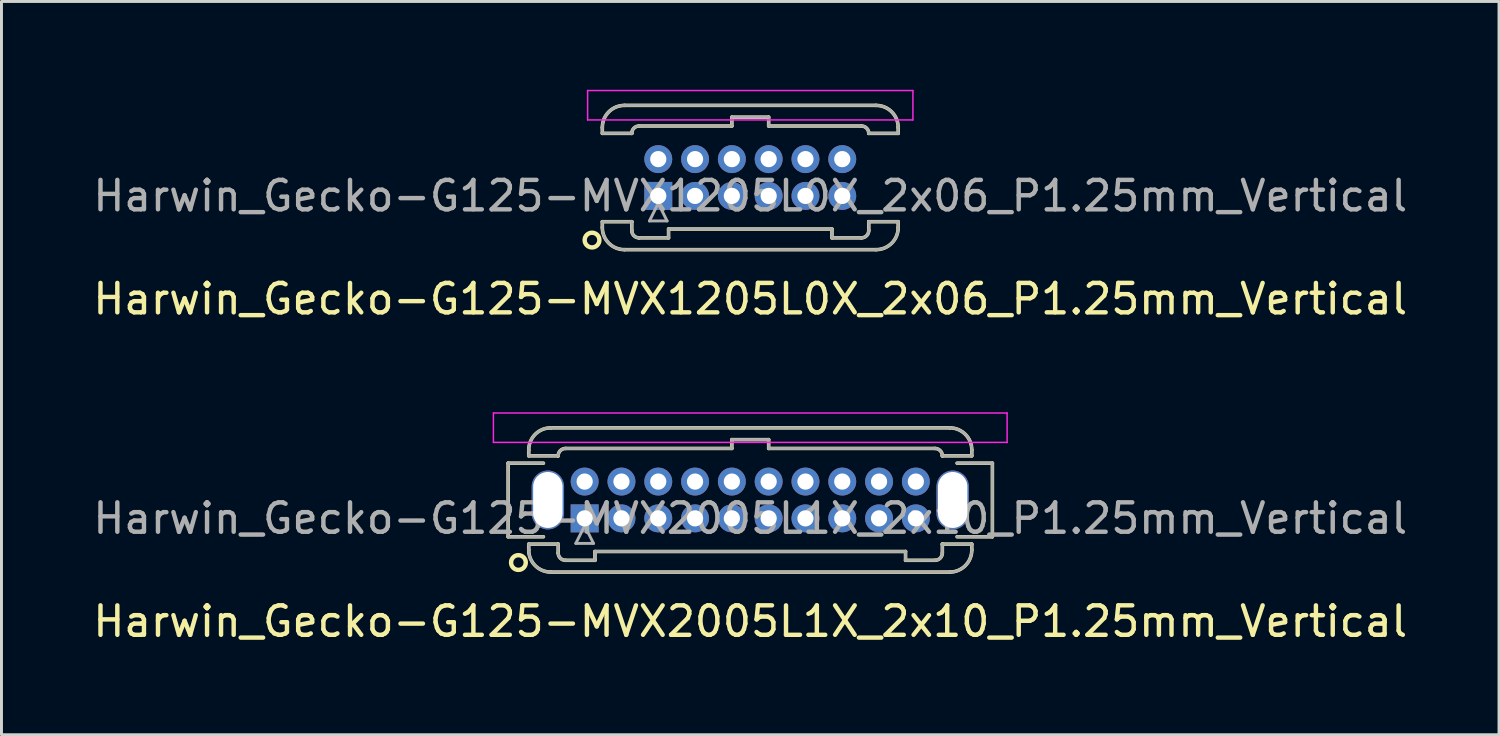
<source format=kicad_pcb>
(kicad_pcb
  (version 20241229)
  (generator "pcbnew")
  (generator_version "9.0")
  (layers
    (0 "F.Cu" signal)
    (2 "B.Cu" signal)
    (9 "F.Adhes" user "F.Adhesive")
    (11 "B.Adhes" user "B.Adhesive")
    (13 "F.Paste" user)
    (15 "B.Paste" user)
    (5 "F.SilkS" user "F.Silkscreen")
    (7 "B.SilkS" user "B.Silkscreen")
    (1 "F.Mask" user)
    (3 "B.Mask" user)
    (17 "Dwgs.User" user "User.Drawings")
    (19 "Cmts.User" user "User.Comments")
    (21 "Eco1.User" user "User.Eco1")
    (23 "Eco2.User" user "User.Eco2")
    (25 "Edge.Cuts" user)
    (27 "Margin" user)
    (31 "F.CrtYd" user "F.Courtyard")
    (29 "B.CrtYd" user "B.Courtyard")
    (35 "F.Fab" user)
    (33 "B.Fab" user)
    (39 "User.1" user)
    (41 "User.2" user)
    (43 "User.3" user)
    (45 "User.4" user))
  (footprint "Harwin_Gecko-G125-MVX1205L0X_2x06_P1.25mm_Vertical"
    (layer "F.Cu")
    (at 19.31 3.605)
    (property "Reference" "Harwin_Gecko-G125-MVX1205L0X_2x06_P1.25mm_Vertical" (at 3.125 3.5 0) (layer "F.SilkS") (effects (font (size 1 1) (thickness 0.15))))
    (attr through_hole)
    (fp_line (start -1.9 -2.325) (end -1.9 -2.125) (stroke (width 0.12) (type solid)) (layer "F.SilkS"))
    (fp_line (start -1.9 -2.125) (end -0.9 -2.125) (stroke (width 0.12) (type solid)) (layer "F.SilkS"))
    (fp_line (start -1.9 0.875) (end -0.9 0.875) (stroke (width 0.12) (type solid)) (layer "F.SilkS"))
    (fp_line (start -1.9 1.075) (end -1.9 0.875) (stroke (width 0.12) (type solid)) (layer "F.SilkS"))
    (fp_line (start -1.15 -3.075) (end 7.4 -3.075) (stroke (width 0.12) (type solid)) (layer "F.SilkS"))
    (fp_line (start -1.15 1.825) (end 7.4 1.825) (stroke (width 0.12) (type solid)) (layer "F.SilkS"))
    (fp_line (start -0.9 -2.125) (end -0.9 -2.125) (stroke (width 0.12) (type solid)) (layer "F.SilkS"))
    (fp_line (start -0.9 0.875) (end -0.9 0.875) (stroke (width 0.12) (type solid)) (layer "F.SilkS"))
    (fp_line (start -0.9 1.175) (end -0.9 0.875) (stroke (width 0.12) (type solid)) (layer "F.SilkS"))
    (fp_line (start -0.65 -2.375) (end 2.5 -2.375) (stroke (width 0.12) (type solid)) (layer "F.SilkS"))
    (fp_line (start -0.65 1.425) (end 0.35 1.425) (stroke (width 0.12) (type solid)) (layer "F.SilkS"))
    (fp_line (start 0.35 1.125) (end 5.9 1.125) (stroke (width 0.12) (type solid)) (layer "F.SilkS"))
    (fp_line (start 0.35 1.425) (end 0.35 1.125) (stroke (width 0.12) (type solid)) (layer "F.SilkS"))
    (fp_line (start 2.5 -2.675) (end 3.75 -2.675) (stroke (width 0.12) (type solid)) (layer "F.SilkS"))
    (fp_line (start 2.5 -2.375) (end 2.5 -2.675) (stroke (width 0.12) (type solid)) (layer "F.SilkS"))
    (fp_line (start 3.75 -2.675) (end 3.75 -2.375) (stroke (width 0.12) (type solid)) (layer "F.SilkS"))
    (fp_line (start 3.75 -2.375) (end 6.9 -2.375) (stroke (width 0.12) (type solid)) (layer "F.SilkS"))
    (fp_line (start 5.9 1.125) (end 5.9 1.425) (stroke (width 0.12) (type solid)) (layer "F.SilkS"))
    (fp_line (start 5.9 1.425) (end 6.9 1.425) (stroke (width 0.12) (type solid)) (layer "F.SilkS"))
    (fp_line (start 7.15 -2.125) (end 7.15 -2.125) (stroke (width 0.12) (type solid)) (layer "F.SilkS"))
    (fp_line (start 7.15 0.875) (end 7.15 0.875) (stroke (width 0.12) (type solid)) (layer "F.SilkS"))
    (fp_line (start 7.15 1.175) (end 7.15 0.875) (stroke (width 0.12) (type solid)) (layer "F.SilkS"))
    (fp_line (start 8.15 -2.325) (end 8.15 -2.125) (stroke (width 0.12) (type solid)) (layer "F.SilkS"))
    (fp_line (start 8.15 -2.125) (end 7.15 -2.125) (stroke (width 0.12) (type solid)) (layer "F.SilkS"))
    (fp_line (start 8.15 0.875) (end 7.15 0.875) (stroke (width 0.12) (type solid)) (layer "F.SilkS"))
    (fp_line (start 8.15 1.075) (end 8.15 0.875) (stroke (width 0.12) (type solid)) (layer "F.SilkS"))
    (fp_arc (start -1.9 -2.325) (mid -1.68033 -2.85533) (end -1.15 -3.075) (stroke (width 0.12) (type solid)) (layer "F.SilkS"))
    (fp_arc (start -1.15 1.825) (mid -1.68033 1.60533) (end -1.9 1.075) (stroke (width 0.12) (type solid)) (layer "F.SilkS"))
    (fp_arc (start -0.9 -2.125) (mid -0.826777 -2.301777) (end -0.65 -2.375) (stroke (width 0.12) (type solid)) (layer "F.SilkS"))
    (fp_arc (start -0.65 1.425) (mid -0.826777 1.351777) (end -0.9 1.175) (stroke (width 0.12) (type solid)) (layer "F.SilkS"))
    (fp_arc (start 6.9 -2.375) (mid 7.076777 -2.301777) (end 7.15 -2.125) (stroke (width 0.12) (type solid)) (layer "F.SilkS"))
    (fp_arc (start 7.15 1.175) (mid 7.076777 1.351777) (end 6.9 1.425) (stroke (width 0.12) (type solid)) (layer "F.SilkS"))
    (fp_arc (start 7.4 -3.075) (mid 7.93033 -2.85533) (end 8.15 -2.325) (stroke (width 0.12) (type solid)) (layer "F.SilkS"))
    (fp_arc (start 8.15 1.075) (mid 7.93033 1.60533) (end 7.4 1.825) (stroke (width 0.12) (type solid)) (layer "F.SilkS"))
    (fp_circle (center -2.25 1.5) (end -2 1.5) (stroke (width 0.15) (type solid)) (fill no) (layer "F.SilkS"))
    (fp_line (start -2.4 -3.58) (end -2.4 -2.58) (stroke (width 0.05) (type solid)) (layer "F.CrtYd"))
    (fp_line (start -2.4 -2.58) (end 8.65 -2.58) (stroke (width 0.05) (type solid)) (layer "F.CrtYd"))
    (fp_line (start 8.65 -3.58) (end -2.4 -3.58) (stroke (width 0.05) (type solid)) (layer "F.CrtYd"))
    (fp_line (start 8.65 -2.58) (end 8.65 -3.58) (stroke (width 0.05) (type solid)) (layer "F.CrtYd"))
    (fp_line (start -1.9 -2.325) (end -1.9 -2.125) (stroke (width 0.1) (type solid)) (layer "F.Fab"))
    (fp_line (start -1.9 -2.125) (end -0.9 -2.125) (stroke (width 0.1) (type solid)) (layer "F.Fab"))
    (fp_line (start -1.9 0.875) (end -0.9 0.875) (stroke (width 0.1) (type solid)) (layer "F.Fab"))
    (fp_line (start -1.9 1.075) (end -1.9 0.875) (stroke (width 0.1) (type solid)) (layer "F.Fab"))
    (fp_line (start -1.15 -3.075) (end 7.4 -3.075) (stroke (width 0.1) (type solid)) (layer "F.Fab"))
    (fp_line (start -1.15 1.825) (end 7.4 1.825) (stroke (width 0.1) (type solid)) (layer "F.Fab"))
    (fp_line (start -0.9 -2.125) (end -0.9 -2.125) (stroke (width 0.1) (type solid)) (layer "F.Fab"))
    (fp_line (start -0.9 0.875) (end -0.9 0.875) (stroke (width 0.1) (type solid)) (layer "F.Fab"))
    (fp_line (start -0.9 1.175) (end -0.9 0.875) (stroke (width 0.1) (type solid)) (layer "F.Fab"))
    (fp_line (start -0.65 -2.375) (end 2.5 -2.375) (stroke (width 0.1) (type solid)) (layer "F.Fab"))
    (fp_line (start -0.65 1.425) (end 0.35 1.425) (stroke (width 0.1) (type solid)) (layer "F.Fab"))
    (fp_line (start -0.3 0.85) (end 0.3 0.85) (stroke (width 0.1) (type solid)) (layer "F.Fab"))
    (fp_line (start 0 0.25) (end -0.3 0.85) (stroke (width 0.1) (type solid)) (layer "F.Fab"))
    (fp_line (start 0.3 0.85) (end 0 0.25) (stroke (width 0.1) (type solid)) (layer "F.Fab"))
    (fp_line (start 0.35 1.125) (end 5.9 1.125) (stroke (width 0.1) (type solid)) (layer "F.Fab"))
    (fp_line (start 0.35 1.425) (end 0.35 1.125) (stroke (width 0.1) (type solid)) (layer "F.Fab"))
    (fp_line (start 2.5 -2.675) (end 3.75 -2.675) (stroke (width 0.1) (type solid)) (layer "F.Fab"))
    (fp_line (start 2.5 -2.375) (end 2.5 -2.675) (stroke (width 0.1) (type solid)) (layer "F.Fab"))
    (fp_line (start 3.75 -2.675) (end 3.75 -2.375) (stroke (width 0.1) (type solid)) (layer "F.Fab"))
    (fp_line (start 3.75 -2.375) (end 6.9 -2.375) (stroke (width 0.1) (type solid)) (layer "F.Fab"))
    (fp_line (start 5.9 1.125) (end 5.9 1.425) (stroke (width 0.1) (type solid)) (layer "F.Fab"))
    (fp_line (start 5.9 1.425) (end 6.9 1.425) (stroke (width 0.1) (type solid)) (layer "F.Fab"))
    (fp_line (start 7.15 -2.125) (end 7.15 -2.125) (stroke (width 0.1) (type solid)) (layer "F.Fab"))
    (fp_line (start 7.15 0.875) (end 7.15 0.875) (stroke (width 0.1) (type solid)) (layer "F.Fab"))
    (fp_line (start 7.15 1.175) (end 7.15 0.875) (stroke (width 0.1) (type solid)) (layer "F.Fab"))
    (fp_line (start 8.15 -2.325) (end 8.15 -2.125) (stroke (width 0.1) (type solid)) (layer "F.Fab"))
    (fp_line (start 8.15 -2.125) (end 7.15 -2.125) (stroke (width 0.1) (type solid)) (layer "F.Fab"))
    (fp_line (start 8.15 0.875) (end 7.15 0.875) (stroke (width 0.1) (type solid)) (layer "F.Fab"))
    (fp_line (start 8.15 1.075) (end 8.15 0.875) (stroke (width 0.1) (type solid)) (layer "F.Fab"))
    (fp_arc (start -1.9 -2.325) (mid -1.68033 -2.85533) (end -1.15 -3.075) (stroke (width 0.1) (type solid)) (layer "F.Fab"))
    (fp_arc (start -1.15 1.825) (mid -1.68033 1.60533) (end -1.9 1.075) (stroke (width 0.1) (type solid)) (layer "F.Fab"))
    (fp_arc (start -0.9 -2.125) (mid -0.826777 -2.301777) (end -0.65 -2.375) (stroke (width 0.1) (type solid)) (layer "F.Fab"))
    (fp_arc (start -0.65 1.425) (mid -0.826777 1.351777) (end -0.9 1.175) (stroke (width 0.1) (type solid)) (layer "F.Fab"))
    (fp_arc (start 6.9 -2.375) (mid 7.076777 -2.301777) (end 7.15 -2.125) (stroke (width 0.1) (type solid)) (layer "F.Fab"))
    (fp_arc (start 7.15 1.175) (mid 7.076777 1.351777) (end 6.9 1.425) (stroke (width 0.1) (type solid)) (layer "F.Fab"))
    (fp_arc (start 7.4 -3.075) (mid 7.93033 -2.85533) (end 8.15 -2.325) (stroke (width 0.1) (type solid)) (layer "F.Fab"))
    (fp_arc (start 8.15 1.075) (mid 7.93033 1.60533) (end 7.4 1.825) (stroke (width 0.1) (type solid)) (layer "F.Fab"))
    (fp_text user "${REFERENCE}" (at 3.125 0 0) (layer "F.Fab") (effects (font (size 1 1) (thickness 0.15))))
    (pad "1" thru_hole rect (at 0 0) (size 0.95 0.95) (drill 0.55) (layers "*.Cu" "*.Mask"))
    (pad "2" thru_hole circle (at 0 -1.25) (size 0.95 0.95) (drill 0.55) (layers "*.Cu" "*.Mask"))
    (pad "3" thru_hole circle (at 1.25 0) (size 0.95 0.95) (drill 0.55) (layers "*.Cu" "*.Mask"))
    (pad "4" thru_hole circle (at 1.25 -1.25) (size 0.95 0.95) (drill 0.55) (layers "*.Cu" "*.Mask"))
    (pad "5" thru_hole circle (at 2.5 0) (size 0.95 0.95) (drill 0.55) (layers "*.Cu" "*.Mask"))
    (pad "6" thru_hole circle (at 2.5 -1.25) (size 0.95 0.95) (drill 0.55) (layers "*.Cu" "*.Mask"))
    (pad "7" thru_hole circle (at 3.75 0) (size 0.95 0.95) (drill 0.55) (layers "*.Cu" "*.Mask"))
    (pad "8" thru_hole circle (at 3.75 -1.25) (size 0.95 0.95) (drill 0.55) (layers "*.Cu" "*.Mask"))
    (pad "9" thru_hole circle (at 5 0) (size 0.95 0.95) (drill 0.55) (layers "*.Cu" "*.Mask"))
    (pad "10" thru_hole circle (at 5 -1.25) (size 0.95 0.95) (drill 0.55) (layers "*.Cu" "*.Mask"))
    (pad "11" thru_hole circle (at 6.25 0) (size 0.95 0.95) (drill 0.55) (layers "*.Cu" "*.Mask"))
    (pad "12" thru_hole circle (at 6.25 -1.25) (size 0.95 0.95) (drill 0.55) (layers "*.Cu" "*.Mask")))
  (footprint "Harwin_Gecko-G125-MVX2005L1X_2x10_P1.25mm_Vertical"
    (layer "F.Cu")
    (at 16.81 14.558)
    (property "Reference" "Harwin_Gecko-G125-MVX2005L1X_2x10_P1.25mm_Vertical" (at 5.625 3.5 0) (layer "F.SilkS") (effects (font (size 1 1) (thickness 0.15))))
    (attr through_hole)
    (fp_line (start -2.6 -1.875) (end -2.6 0.625) (stroke (width 0.12) (type solid)) (layer "F.SilkS"))
    (fp_line (start -2.6 0.625) (end -1.4 0.625) (stroke (width 0.12) (type solid)) (layer "F.SilkS"))
    (fp_line (start -1.9 -2.325) (end -1.9 -2.125) (stroke (width 0.12) (type solid)) (layer "F.SilkS"))
    (fp_line (start -1.9 -2.125) (end -0.9 -2.125) (stroke (width 0.12) (type solid)) (layer "F.SilkS"))
    (fp_line (start -1.9 0.875) (end -0.9 0.875) (stroke (width 0.12) (type solid)) (layer "F.SilkS"))
    (fp_line (start -1.9 1.075) (end -1.9 0.875) (stroke (width 0.12) (type solid)) (layer "F.SilkS"))
    (fp_line (start -1.4 -1.875) (end -2.6 -1.875) (stroke (width 0.12) (type solid)) (layer "F.SilkS"))
    (fp_line (start -1.15 -3.075) (end 12.4 -3.075) (stroke (width 0.12) (type solid)) (layer "F.SilkS"))
    (fp_line (start -1.15 1.825) (end 12.4 1.825) (stroke (width 0.12) (type solid)) (layer "F.SilkS"))
    (fp_line (start -0.9 -2.125) (end -0.9 -2.125) (stroke (width 0.12) (type solid)) (layer "F.SilkS"))
    (fp_line (start -0.9 0.875) (end -0.9 0.875) (stroke (width 0.12) (type solid)) (layer "F.SilkS"))
    (fp_line (start -0.9 1.175) (end -0.9 0.875) (stroke (width 0.12) (type solid)) (layer "F.SilkS"))
    (fp_line (start -0.65 -2.375) (end 5 -2.375) (stroke (width 0.12) (type solid)) (layer "F.SilkS"))
    (fp_line (start -0.65 1.425) (end 0.35 1.425) (stroke (width 0.12) (type solid)) (layer "F.SilkS"))
    (fp_line (start 0.35 1.125) (end 10.9 1.125) (stroke (width 0.12) (type solid)) (layer "F.SilkS"))
    (fp_line (start 0.35 1.425) (end 0.35 1.125) (stroke (width 0.12) (type solid)) (layer "F.SilkS"))
    (fp_line (start 5 -2.675) (end 6.25 -2.675) (stroke (width 0.12) (type solid)) (layer "F.SilkS"))
    (fp_line (start 5 -2.375) (end 5 -2.675) (stroke (width 0.12) (type solid)) (layer "F.SilkS"))
    (fp_line (start 6.25 -2.675) (end 6.25 -2.375) (stroke (width 0.12) (type solid)) (layer "F.SilkS"))
    (fp_line (start 6.25 -2.375) (end 11.9 -2.375) (stroke (width 0.12) (type solid)) (layer "F.SilkS"))
    (fp_line (start 10.9 1.125) (end 10.9 1.425) (stroke (width 0.12) (type solid)) (layer "F.SilkS"))
    (fp_line (start 10.9 1.425) (end 11.9 1.425) (stroke (width 0.12) (type solid)) (layer "F.SilkS"))
    (fp_line (start 12.15 -2.125) (end 12.15 -2.125) (stroke (width 0.12) (type solid)) (layer "F.SilkS"))
    (fp_line (start 12.15 0.875) (end 12.15 0.875) (stroke (width 0.12) (type solid)) (layer "F.SilkS"))
    (fp_line (start 12.15 1.175) (end 12.15 0.875) (stroke (width 0.12) (type solid)) (layer "F.SilkS"))
    (fp_line (start 12.65 -1.875) (end 13.85 -1.875) (stroke (width 0.12) (type solid)) (layer "F.SilkS"))
    (fp_line (start 13.15 -2.325) (end 13.15 -2.125) (stroke (width 0.12) (type solid)) (layer "F.SilkS"))
    (fp_line (start 13.15 -2.125) (end 12.15 -2.125) (stroke (width 0.12) (type solid)) (layer "F.SilkS"))
    (fp_line (start 13.15 0.875) (end 12.15 0.875) (stroke (width 0.12) (type solid)) (layer "F.SilkS"))
    (fp_line (start 13.15 1.075) (end 13.15 0.875) (stroke (width 0.12) (type solid)) (layer "F.SilkS"))
    (fp_line (start 13.85 -1.875) (end 13.85 0.625) (stroke (width 0.12) (type solid)) (layer "F.SilkS"))
    (fp_line (start 13.85 0.625) (end 12.65 0.625) (stroke (width 0.12) (type solid)) (layer "F.SilkS"))
    (fp_arc (start -1.9 -2.325) (mid -1.68033 -2.85533) (end -1.15 -3.075) (stroke (width 0.12) (type solid)) (layer "F.SilkS"))
    (fp_arc (start -1.15 1.825) (mid -1.68033 1.60533) (end -1.9 1.075) (stroke (width 0.12) (type solid)) (layer "F.SilkS"))
    (fp_arc (start -0.9 -2.125) (mid -0.826777 -2.301777) (end -0.65 -2.375) (stroke (width 0.12) (type solid)) (layer "F.SilkS"))
    (fp_arc (start -0.65 1.425) (mid -0.826777 1.351777) (end -0.9 1.175) (stroke (width 0.12) (type solid)) (layer "F.SilkS"))
    (fp_arc (start 11.9 -2.375) (mid 12.076777 -2.301777) (end 12.15 -2.125) (stroke (width 0.12) (type solid)) (layer "F.SilkS"))
    (fp_arc (start 12.15 1.175) (mid 12.076777 1.351777) (end 11.9 1.425) (stroke (width 0.12) (type solid)) (layer "F.SilkS"))
    (fp_arc (start 12.4 -3.075) (mid 12.93033 -2.85533) (end 13.15 -2.325) (stroke (width 0.12) (type solid)) (layer "F.SilkS"))
    (fp_arc (start 13.15 1.075) (mid 12.93033 1.60533) (end 12.4 1.825) (stroke (width 0.12) (type solid)) (layer "F.SilkS"))
    (fp_circle (center -2.25 1.5) (end -2 1.5) (stroke (width 0.15) (type solid)) (fill no) (layer "F.SilkS"))
    (fp_line (start -3.1 -3.58) (end -3.1 -2.58) (stroke (width 0.05) (type solid)) (layer "F.CrtYd"))
    (fp_line (start -3.1 -2.58) (end 14.35 -2.58) (stroke (width 0.05) (type solid)) (layer "F.CrtYd"))
    (fp_line (start 14.35 -3.58) (end -3.1 -3.58) (stroke (width 0.05) (type solid)) (layer "F.CrtYd"))
    (fp_line (start 14.35 -2.58) (end 14.35 -3.58) (stroke (width 0.05) (type solid)) (layer "F.CrtYd"))
    (fp_line (start -2.6 -1.875) (end -2.6 0.625) (stroke (width 0.1) (type solid)) (layer "F.Fab"))
    (fp_line (start -2.6 0.625) (end -1.4 0.625) (stroke (width 0.1) (type solid)) (layer "F.Fab"))
    (fp_line (start -1.9 -2.325) (end -1.9 -2.125) (stroke (width 0.1) (type solid)) (layer "F.Fab"))
    (fp_line (start -1.9 -2.125) (end -0.9 -2.125) (stroke (width 0.1) (type solid)) (layer "F.Fab"))
    (fp_line (start -1.9 0.875) (end -0.9 0.875) (stroke (width 0.1) (type solid)) (layer "F.Fab"))
    (fp_line (start -1.9 1.075) (end -1.9 0.875) (stroke (width 0.1) (type solid)) (layer "F.Fab"))
    (fp_line (start -1.4 -1.875) (end -2.6 -1.875) (stroke (width 0.1) (type solid)) (layer "F.Fab"))
    (fp_line (start -1.15 -3.075) (end 12.4 -3.075) (stroke (width 0.1) (type solid)) (layer "F.Fab"))
    (fp_line (start -1.15 1.825) (end 12.4 1.825) (stroke (width 0.1) (type solid)) (layer "F.Fab"))
    (fp_line (start -0.9 -2.125) (end -0.9 -2.125) (stroke (width 0.1) (type solid)) (layer "F.Fab"))
    (fp_line (start -0.9 0.875) (end -0.9 0.875) (stroke (width 0.1) (type solid)) (layer "F.Fab"))
    (fp_line (start -0.9 1.175) (end -0.9 0.875) (stroke (width 0.1) (type solid)) (layer "F.Fab"))
    (fp_line (start -0.65 -2.375) (end 5 -2.375) (stroke (width 0.1) (type solid)) (layer "F.Fab"))
    (fp_line (start -0.65 1.425) (end 0.35 1.425) (stroke (width 0.1) (type solid)) (layer "F.Fab"))
    (fp_line (start -0.3 0.85) (end 0.3 0.85) (stroke (width 0.1) (type solid)) (layer "F.Fab"))
    (fp_line (start 0 0.25) (end -0.3 0.85) (stroke (width 0.1) (type solid)) (layer "F.Fab"))
    (fp_line (start 0.3 0.85) (end 0 0.25) (stroke (width 0.1) (type solid)) (layer "F.Fab"))
    (fp_line (start 0.35 1.125) (end 10.9 1.125) (stroke (width 0.1) (type solid)) (layer "F.Fab"))
    (fp_line (start 0.35 1.425) (end 0.35 1.125) (stroke (width 0.1) (type solid)) (layer "F.Fab"))
    (fp_line (start 5 -2.675) (end 6.25 -2.675) (stroke (width 0.1) (type solid)) (layer "F.Fab"))
    (fp_line (start 5 -2.375) (end 5 -2.675) (stroke (width 0.1) (type solid)) (layer "F.Fab"))
    (fp_line (start 6.25 -2.675) (end 6.25 -2.375) (stroke (width 0.1) (type solid)) (layer "F.Fab"))
    (fp_line (start 6.25 -2.375) (end 11.9 -2.375) (stroke (width 0.1) (type solid)) (layer "F.Fab"))
    (fp_line (start 10.9 1.125) (end 10.9 1.425) (stroke (width 0.1) (type solid)) (layer "F.Fab"))
    (fp_line (start 10.9 1.425) (end 11.9 1.425) (stroke (width 0.1) (type solid)) (layer "F.Fab"))
    (fp_line (start 12.15 -2.125) (end 12.15 -2.125) (stroke (width 0.1) (type solid)) (layer "F.Fab"))
    (fp_line (start 12.15 0.875) (end 12.15 0.875) (stroke (width 0.1) (type solid)) (layer "F.Fab"))
    (fp_line (start 12.15 1.175) (end 12.15 0.875) (stroke (width 0.1) (type solid)) (layer "F.Fab"))
    (fp_line (start 12.65 -1.875) (end 13.85 -1.875) (stroke (width 0.1) (type solid)) (layer "F.Fab"))
    (fp_line (start 13.15 -2.325) (end 13.15 -2.125) (stroke (width 0.1) (type solid)) (layer "F.Fab"))
    (fp_line (start 13.15 -2.125) (end 12.15 -2.125) (stroke (width 0.1) (type solid)) (layer "F.Fab"))
    (fp_line (start 13.15 0.875) (end 12.15 0.875) (stroke (width 0.1) (type solid)) (layer "F.Fab"))
    (fp_line (start 13.15 1.075) (end 13.15 0.875) (stroke (width 0.1) (type solid)) (layer "F.Fab"))
    (fp_line (start 13.85 -1.875) (end 13.85 0.625) (stroke (width 0.1) (type solid)) (layer "F.Fab"))
    (fp_line (start 13.85 0.625) (end 12.65 0.625) (stroke (width 0.1) (type solid)) (layer "F.Fab"))
    (fp_arc (start -1.9 -2.325) (mid -1.68033 -2.85533) (end -1.15 -3.075) (stroke (width 0.1) (type solid)) (layer "F.Fab"))
    (fp_arc (start -1.15 1.825) (mid -1.68033 1.60533) (end -1.9 1.075) (stroke (width 0.1) (type solid)) (layer "F.Fab"))
    (fp_arc (start -0.9 -2.125) (mid -0.826777 -2.301777) (end -0.65 -2.375) (stroke (width 0.1) (type solid)) (layer "F.Fab"))
    (fp_arc (start -0.65 1.425) (mid -0.826777 1.351777) (end -0.9 1.175) (stroke (width 0.1) (type solid)) (layer "F.Fab"))
    (fp_arc (start 11.9 -2.375) (mid 12.076777 -2.301777) (end 12.15 -2.125) (stroke (width 0.1) (type solid)) (layer "F.Fab"))
    (fp_arc (start 12.15 1.175) (mid 12.076777 1.351777) (end 11.9 1.425) (stroke (width 0.1) (type solid)) (layer "F.Fab"))
    (fp_arc (start 12.4 -3.075) (mid 12.93033 -2.85533) (end 13.15 -2.325) (stroke (width 0.1) (type solid)) (layer "F.Fab"))
    (fp_arc (start 13.15 1.075) (mid 12.93033 1.60533) (end 12.4 1.825) (stroke (width 0.1) (type solid)) (layer "F.Fab"))
    (fp_text user "${REFERENCE}" (at 5.625 0 0) (layer "F.Fab") (effects (font (size 1 1) (thickness 0.15))))
    (pad "" np_thru_hole oval (at -1.25 -0.625) (size 1.1 2) (drill oval 1 1.9) (layers "*.Cu" "*.Mask"))
    (pad "" np_thru_hole oval (at 12.5 -0.625) (size 1.1 2) (drill oval 1 1.9) (layers "*.Cu" "*.Mask"))
    (pad "1" thru_hole rect (at 0 0) (size 0.95 0.95) (drill 0.55) (layers "*.Cu" "*.Mask"))
    (pad "2" thru_hole circle (at 0 -1.25) (size 0.95 0.95) (drill 0.55) (layers "*.Cu" "*.Mask"))
    (pad "3" thru_hole circle (at 1.25 0) (size 0.95 0.95) (drill 0.55) (layers "*.Cu" "*.Mask"))
    (pad "4" thru_hole circle (at 1.25 -1.25) (size 0.95 0.95) (drill 0.55) (layers "*.Cu" "*.Mask"))
    (pad "5" thru_hole circle (at 2.5 0) (size 0.95 0.95) (drill 0.55) (layers "*.Cu" "*.Mask"))
    (pad "6" thru_hole circle (at 2.5 -1.25) (size 0.95 0.95) (drill 0.55) (layers "*.Cu" "*.Mask"))
    (pad "7" thru_hole circle (at 3.75 0) (size 0.95 0.95) (drill 0.55) (layers "*.Cu" "*.Mask"))
    (pad "8" thru_hole circle (at 3.75 -1.25) (size 0.95 0.95) (drill 0.55) (layers "*.Cu" "*.Mask"))
    (pad "9" thru_hole circle (at 5 0) (size 0.95 0.95) (drill 0.55) (layers "*.Cu" "*.Mask"))
    (pad "10" thru_hole circle (at 5 -1.25) (size 0.95 0.95) (drill 0.55) (layers "*.Cu" "*.Mask"))
    (pad "11" thru_hole circle (at 6.25 0) (size 0.95 0.95) (drill 0.55) (layers "*.Cu" "*.Mask"))
    (pad "12" thru_hole circle (at 6.25 -1.25) (size 0.95 0.95) (drill 0.55) (layers "*.Cu" "*.Mask"))
    (pad "13" thru_hole circle (at 7.5 0) (size 0.95 0.95) (drill 0.55) (layers "*.Cu" "*.Mask"))
    (pad "14" thru_hole circle (at 7.5 -1.25) (size 0.95 0.95) (drill 0.55) (layers "*.Cu" "*.Mask"))
    (pad "15" thru_hole circle (at 8.75 0) (size 0.95 0.95) (drill 0.55) (layers "*.Cu" "*.Mask"))
    (pad "16" thru_hole circle (at 8.75 -1.25) (size 0.95 0.95) (drill 0.55) (layers "*.Cu" "*.Mask"))
    (pad "17" thru_hole circle (at 10 0) (size 0.95 0.95) (drill 0.55) (layers "*.Cu" "*.Mask"))
    (pad "18" thru_hole circle (at 10 -1.25) (size 0.95 0.95) (drill 0.55) (layers "*.Cu" "*.Mask"))
    (pad "19" thru_hole circle (at 11.25 0) (size 0.95 0.95) (drill 0.55) (layers "*.Cu" "*.Mask"))
    (pad "20" thru_hole circle (at 11.25 -1.25) (size 0.95 0.95) (drill 0.55) (layers "*.Cu" "*.Mask")))
  (gr_rect
    (start -3 -3)
    (end 47.869 21.907)
    (stroke (width 0.1) (type default))
    (fill no)
    (layer "Edge.Cuts")))
</source>
